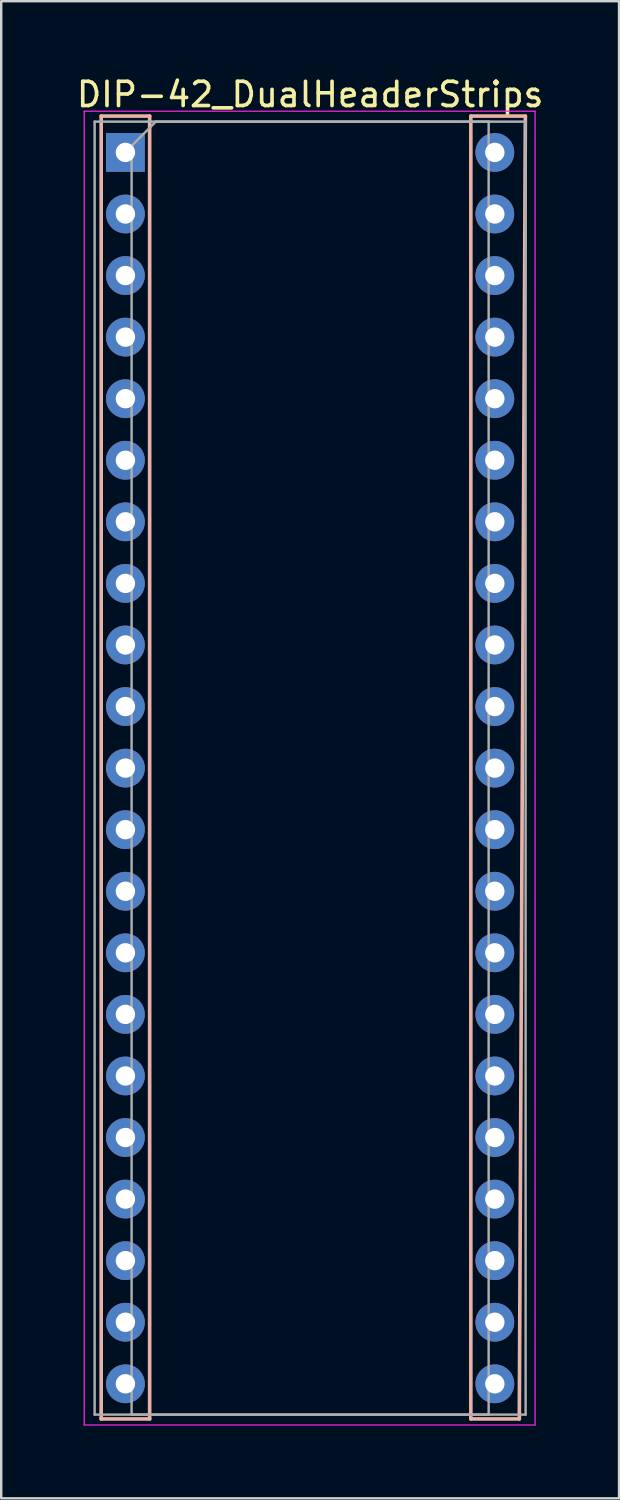
<source format=kicad_pcb>
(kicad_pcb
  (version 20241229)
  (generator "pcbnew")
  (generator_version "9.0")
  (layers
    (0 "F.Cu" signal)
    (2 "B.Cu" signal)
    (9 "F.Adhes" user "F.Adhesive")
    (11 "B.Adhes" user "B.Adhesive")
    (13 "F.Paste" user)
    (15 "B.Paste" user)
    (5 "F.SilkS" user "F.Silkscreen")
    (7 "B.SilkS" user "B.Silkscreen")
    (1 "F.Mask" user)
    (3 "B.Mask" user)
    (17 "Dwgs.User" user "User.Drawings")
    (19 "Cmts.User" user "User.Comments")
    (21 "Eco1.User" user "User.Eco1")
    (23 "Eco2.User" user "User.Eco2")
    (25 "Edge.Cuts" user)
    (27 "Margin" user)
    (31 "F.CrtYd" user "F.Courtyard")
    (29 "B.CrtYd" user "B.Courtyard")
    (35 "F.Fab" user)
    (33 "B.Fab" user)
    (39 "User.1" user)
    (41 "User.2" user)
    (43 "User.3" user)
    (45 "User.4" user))
  (footprint "DIP-42_DualHeaderStrips"
    (layer "F.Cu")
    (at 2.124 3.238)
    (property "Reference" "DIP-42_DualHeaderStrips" (at 7.62 -2.39 0) (layer "F.SilkS") (effects (font (size 1 1) (thickness 0.15))))
    (attr through_hole)
    (fp_line (start -1 -1.5) (end -1 52.25) (stroke (width 0.15) (type solid)) (layer "B.SilkS"))
    (fp_line (start -1 -1.5) (end 1 -1.5) (stroke (width 0.15) (type solid)) (layer "B.SilkS"))
    (fp_line (start -1 52.25) (end 1 52.25) (stroke (width 0.15) (type solid)) (layer "B.SilkS"))
    (fp_line (start 1 -1.5) (end 1 52.25) (stroke (width 0.15) (type solid)) (layer "B.SilkS"))
    (fp_line (start 14.25 52.25) (end 14.25 -1.5) (stroke (width 0.15) (type solid)) (layer "B.SilkS"))
    (fp_line (start 14.25 52.25) (end 16.25 52.25) (stroke (width 0.15) (type solid)) (layer "B.SilkS"))
    (fp_line (start 16.25 52.25) (end 16.5 -1.5) (stroke (width 0.15) (type solid)) (layer "B.SilkS"))
    (fp_line (start 16.5 -1.5) (end 14.25 -1.5) (stroke (width 0.15) (type solid)) (layer "B.SilkS"))
    (fp_line (start -1.7 -1.7) (end -1.7 52.5) (stroke (width 0.05) (type solid)) (layer "F.CrtYd"))
    (fp_line (start -1.7 52.5) (end 16.9 52.5) (stroke (width 0.05) (type solid)) (layer "F.CrtYd"))
    (fp_line (start 16.9 -1.7) (end -1.7 -1.7) (stroke (width 0.05) (type solid)) (layer "F.CrtYd"))
    (fp_line (start 16.9 52.5) (end 16.9 -1.7) (stroke (width 0.05) (type solid)) (layer "F.CrtYd"))
    (fp_line (start -1.27 -1.27) (end -1.27 52.07) (stroke (width 0.1) (type solid)) (layer "F.Fab"))
    (fp_line (start -1.27 52.07) (end 16.51 52.07) (stroke (width 0.1) (type solid)) (layer "F.Fab"))
    (fp_line (start 0.255 -0.27) (end 1.255 -1.27) (stroke (width 0.1) (type solid)) (layer "F.Fab"))
    (fp_line (start 0.255 52.07) (end 0.255 -0.27) (stroke (width 0.1) (type solid)) (layer "F.Fab"))
    (fp_line (start 1.255 -1.27) (end 14.985 -1.27) (stroke (width 0.1) (type solid)) (layer "F.Fab"))
    (fp_line (start 14.985 -1.27) (end 14.985 52.07) (stroke (width 0.1) (type solid)) (layer "F.Fab"))
    (fp_line (start 14.985 52.07) (end 0.255 52.07) (stroke (width 0.1) (type solid)) (layer "F.Fab"))
    (fp_line (start 16.51 -1.27) (end -1.27 -1.27) (stroke (width 0.1) (type solid)) (layer "F.Fab"))
    (fp_line (start 16.51 52.07) (end 16.51 -1.27) (stroke (width 0.1) (type solid)) (layer "F.Fab"))
    (pad "1" thru_hole rect (at 0 0) (size 1.6 1.6) (drill 0.8) (layers "*.Cu" "*.Mask"))
    (pad "2" thru_hole oval (at 0 2.54) (size 1.6 1.6) (drill 0.8) (layers "*.Cu" "*.Mask"))
    (pad "3" thru_hole oval (at 0 5.08) (size 1.6 1.6) (drill 0.8) (layers "*.Cu" "*.Mask"))
    (pad "4" thru_hole oval (at 0 7.62) (size 1.6 1.6) (drill 0.8) (layers "*.Cu" "*.Mask"))
    (pad "5" thru_hole oval (at 0 10.16) (size 1.6 1.6) (drill 0.8) (layers "*.Cu" "*.Mask"))
    (pad "6" thru_hole oval (at 0 12.7) (size 1.6 1.6) (drill 0.8) (layers "*.Cu" "*.Mask"))
    (pad "7" thru_hole oval (at 0 15.24) (size 1.6 1.6) (drill 0.8) (layers "*.Cu" "*.Mask"))
    (pad "8" thru_hole oval (at 0 17.78) (size 1.6 1.6) (drill 0.8) (layers "*.Cu" "*.Mask"))
    (pad "9" thru_hole oval (at 0 20.32) (size 1.6 1.6) (drill 0.8) (layers "*.Cu" "*.Mask"))
    (pad "10" thru_hole oval (at 0 22.86) (size 1.6 1.6) (drill 0.8) (layers "*.Cu" "*.Mask"))
    (pad "11" thru_hole oval (at 0 25.4) (size 1.6 1.6) (drill 0.8) (layers "*.Cu" "*.Mask"))
    (pad "12" thru_hole oval (at 0 27.94) (size 1.6 1.6) (drill 0.8) (layers "*.Cu" "*.Mask"))
    (pad "13" thru_hole oval (at 0 30.48) (size 1.6 1.6) (drill 0.8) (layers "*.Cu" "*.Mask"))
    (pad "14" thru_hole oval (at 0 33.02) (size 1.6 1.6) (drill 0.8) (layers "*.Cu" "*.Mask"))
    (pad "15" thru_hole oval (at 0 35.56) (size 1.6 1.6) (drill 0.8) (layers "*.Cu" "*.Mask"))
    (pad "16" thru_hole oval (at 0 38.1) (size 1.6 1.6) (drill 0.8) (layers "*.Cu" "*.Mask"))
    (pad "17" thru_hole oval (at 0 40.64) (size 1.6 1.6) (drill 0.8) (layers "*.Cu" "*.Mask"))
    (pad "18" thru_hole oval (at 0 43.18) (size 1.6 1.6) (drill 0.8) (layers "*.Cu" "*.Mask"))
    (pad "19" thru_hole oval (at 0 45.72) (size 1.6 1.6) (drill 0.8) (layers "*.Cu" "*.Mask"))
    (pad "20" thru_hole oval (at 0 48.26) (size 1.6 1.6) (drill 0.8) (layers "*.Cu" "*.Mask"))
    (pad "21" thru_hole oval (at 0 50.8) (size 1.6 1.6) (drill 0.8) (layers "*.Cu" "*.Mask"))
    (pad "22" thru_hole oval (at 15.24 50.8) (size 1.6 1.6) (drill 0.8) (layers "*.Cu" "*.Mask"))
    (pad "23" thru_hole oval (at 15.24 48.26) (size 1.6 1.6) (drill 0.8) (layers "*.Cu" "*.Mask"))
    (pad "24" thru_hole oval (at 15.24 45.72) (size 1.6 1.6) (drill 0.8) (layers "*.Cu" "*.Mask"))
    (pad "25" thru_hole oval (at 15.24 43.18) (size 1.6 1.6) (drill 0.8) (layers "*.Cu" "*.Mask"))
    (pad "26" thru_hole oval (at 15.24 40.64) (size 1.6 1.6) (drill 0.8) (layers "*.Cu" "*.Mask"))
    (pad "27" thru_hole oval (at 15.24 38.1) (size 1.6 1.6) (drill 0.8) (layers "*.Cu" "*.Mask"))
    (pad "28" thru_hole oval (at 15.24 35.56) (size 1.6 1.6) (drill 0.8) (layers "*.Cu" "*.Mask"))
    (pad "29" thru_hole oval (at 15.24 33.02) (size 1.6 1.6) (drill 0.8) (layers "*.Cu" "*.Mask"))
    (pad "30" thru_hole oval (at 15.24 30.48) (size 1.6 1.6) (drill 0.8) (layers "*.Cu" "*.Mask"))
    (pad "31" thru_hole oval (at 15.24 27.94) (size 1.6 1.6) (drill 0.8) (layers "*.Cu" "*.Mask"))
    (pad "32" thru_hole oval (at 15.24 25.4) (size 1.6 1.6) (drill 0.8) (layers "*.Cu" "*.Mask"))
    (pad "33" thru_hole oval (at 15.24 22.86) (size 1.6 1.6) (drill 0.8) (layers "*.Cu" "*.Mask"))
    (pad "34" thru_hole oval (at 15.24 20.32) (size 1.6 1.6) (drill 0.8) (layers "*.Cu" "*.Mask"))
    (pad "35" thru_hole oval (at 15.24 17.78) (size 1.6 1.6) (drill 0.8) (layers "*.Cu" "*.Mask"))
    (pad "36" thru_hole oval (at 15.24 15.24) (size 1.6 1.6) (drill 0.8) (layers "*.Cu" "*.Mask"))
    (pad "37" thru_hole oval (at 15.24 12.7) (size 1.6 1.6) (drill 0.8) (layers "*.Cu" "*.Mask"))
    (pad "38" thru_hole oval (at 15.24 10.16) (size 1.6 1.6) (drill 0.8) (layers "*.Cu" "*.Mask"))
    (pad "39" thru_hole oval (at 15.24 7.62) (size 1.6 1.6) (drill 0.8) (layers "*.Cu" "*.Mask"))
    (pad "40" thru_hole oval (at 15.24 5.08) (size 1.6 1.6) (drill 0.8) (layers "*.Cu" "*.Mask"))
    (pad "41" thru_hole oval (at 15.24 2.54) (size 1.6 1.6) (drill 0.8) (layers "*.Cu" "*.Mask"))
    (pad "42" thru_hole oval (at 15.24 0) (size 1.6 1.6) (drill 0.8) (layers "*.Cu" "*.Mask")))
  (gr_rect
    (start -3 -3)
    (end 22.488 58.763)
    (stroke (width 0.1) (type default))
    (fill no)
    (layer "Edge.Cuts")))
</source>
